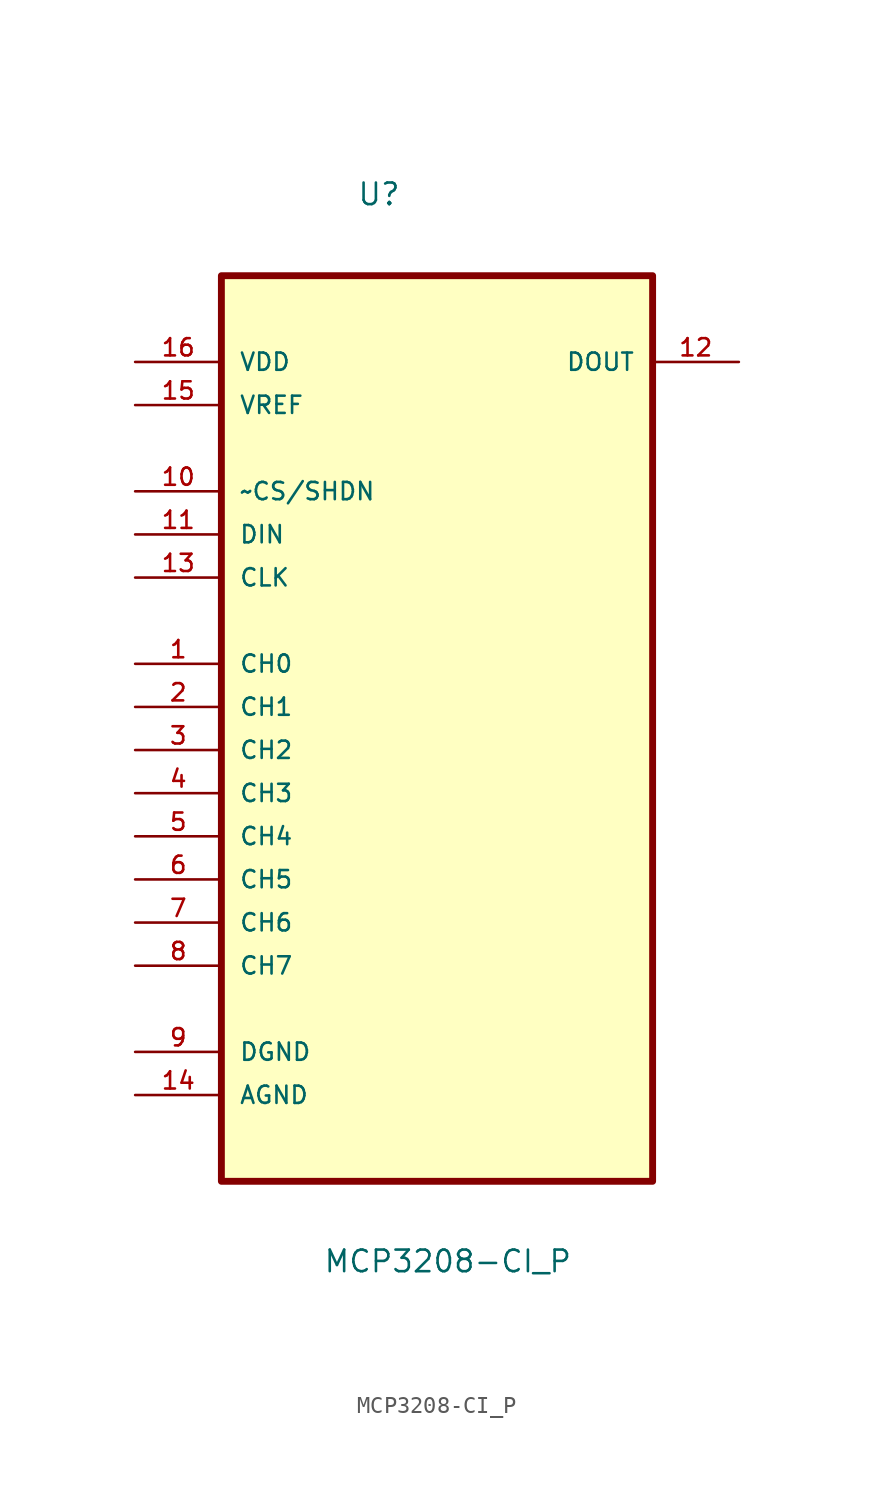
<source format=kicad_sym>
(kicad_symbol_lib
  (version 20211014)
  (generator kicad_symbol_editor)
  (symbol "MCP3208-CI_P"
    (pin_names
      (offset 1.016))
    (property "Reference" "U"
      (at -4.727 26.915 0.0)
      (effects (font (size 1.27 1.27)) (justify bottom left)))
    (property "Value" "MCP3208-CI_P"
      (at -6.719 -35.936 0.0)
      (effects (font (size 1.27 1.27)) (justify bottom left)))
    (symbol "MCP3208-CI_P_0_0"
      (rectangle (start -12.7 -30.48) (end 12.7 22.86) (stroke (width 0.406)) (fill (type background)))
      (pin power_in line (at -17.78 17.78 0) (length 5.08) (name "VDD" (effects (font (size 1.016 1.016)))) (number "16" (effects (font (size 1.016 1.016)))))
      (pin power_in line (at -17.78 15.24 0) (length 5.08) (name "VREF" (effects (font (size 1.016 1.016)))) (number "15" (effects (font (size 1.016 1.016)))))
      (pin input line (at -17.78 10.16 0) (length 5.08) (name "~CS/SHDN" (effects (font (size 1.016 1.016)))) (number "10" (effects (font (size 1.016 1.016)))))
      (pin input line (at -17.78 7.62 0) (length 5.08) (name "DIN" (effects (font (size 1.016 1.016)))) (number "11" (effects (font (size 1.016 1.016)))))
      (pin input line (at -17.78 5.08 0) (length 5.08) (name "CLK" (effects (font (size 1.016 1.016)))) (number "13" (effects (font (size 1.016 1.016)))))
      (pin input line (at -17.78 0.0 0) (length 5.08) (name "CH0" (effects (font (size 1.016 1.016)))) (number "1" (effects (font (size 1.016 1.016)))))
      (pin input line (at -17.78 -2.54 0) (length 5.08) (name "CH1" (effects (font (size 1.016 1.016)))) (number "2" (effects (font (size 1.016 1.016)))))
      (pin input line (at -17.78 -5.08 0) (length 5.08) (name "CH2" (effects (font (size 1.016 1.016)))) (number "3" (effects (font (size 1.016 1.016)))))
      (pin input line (at -17.78 -7.62 0) (length 5.08) (name "CH3" (effects (font (size 1.016 1.016)))) (number "4" (effects (font (size 1.016 1.016)))))
      (pin input line (at -17.78 -10.16 0) (length 5.08) (name "CH4" (effects (font (size 1.016 1.016)))) (number "5" (effects (font (size 1.016 1.016)))))
      (pin input line (at -17.78 -12.7 0) (length 5.08) (name "CH5" (effects (font (size 1.016 1.016)))) (number "6" (effects (font (size 1.016 1.016)))))
      (pin input line (at -17.78 -15.24 0) (length 5.08) (name "CH6" (effects (font (size 1.016 1.016)))) (number "7" (effects (font (size 1.016 1.016)))))
      (pin input line (at -17.78 -17.78 0) (length 5.08) (name "CH7" (effects (font (size 1.016 1.016)))) (number "8" (effects (font (size 1.016 1.016)))))
      (pin passive line (at -17.78 -22.86 0) (length 5.08) (name "DGND" (effects (font (size 1.016 1.016)))) (number "9" (effects (font (size 1.016 1.016)))))
      (pin passive line (at -17.78 -25.4 0) (length 5.08) (name "AGND" (effects (font (size 1.016 1.016)))) (number "14" (effects (font (size 1.016 1.016)))))
      (pin output line (at 17.78 17.78 180.0) (length 5.08) (name "DOUT" (effects (font (size 1.016 1.016)))) (number "12" (effects (font (size 1.016 1.016))))))))
</source>
